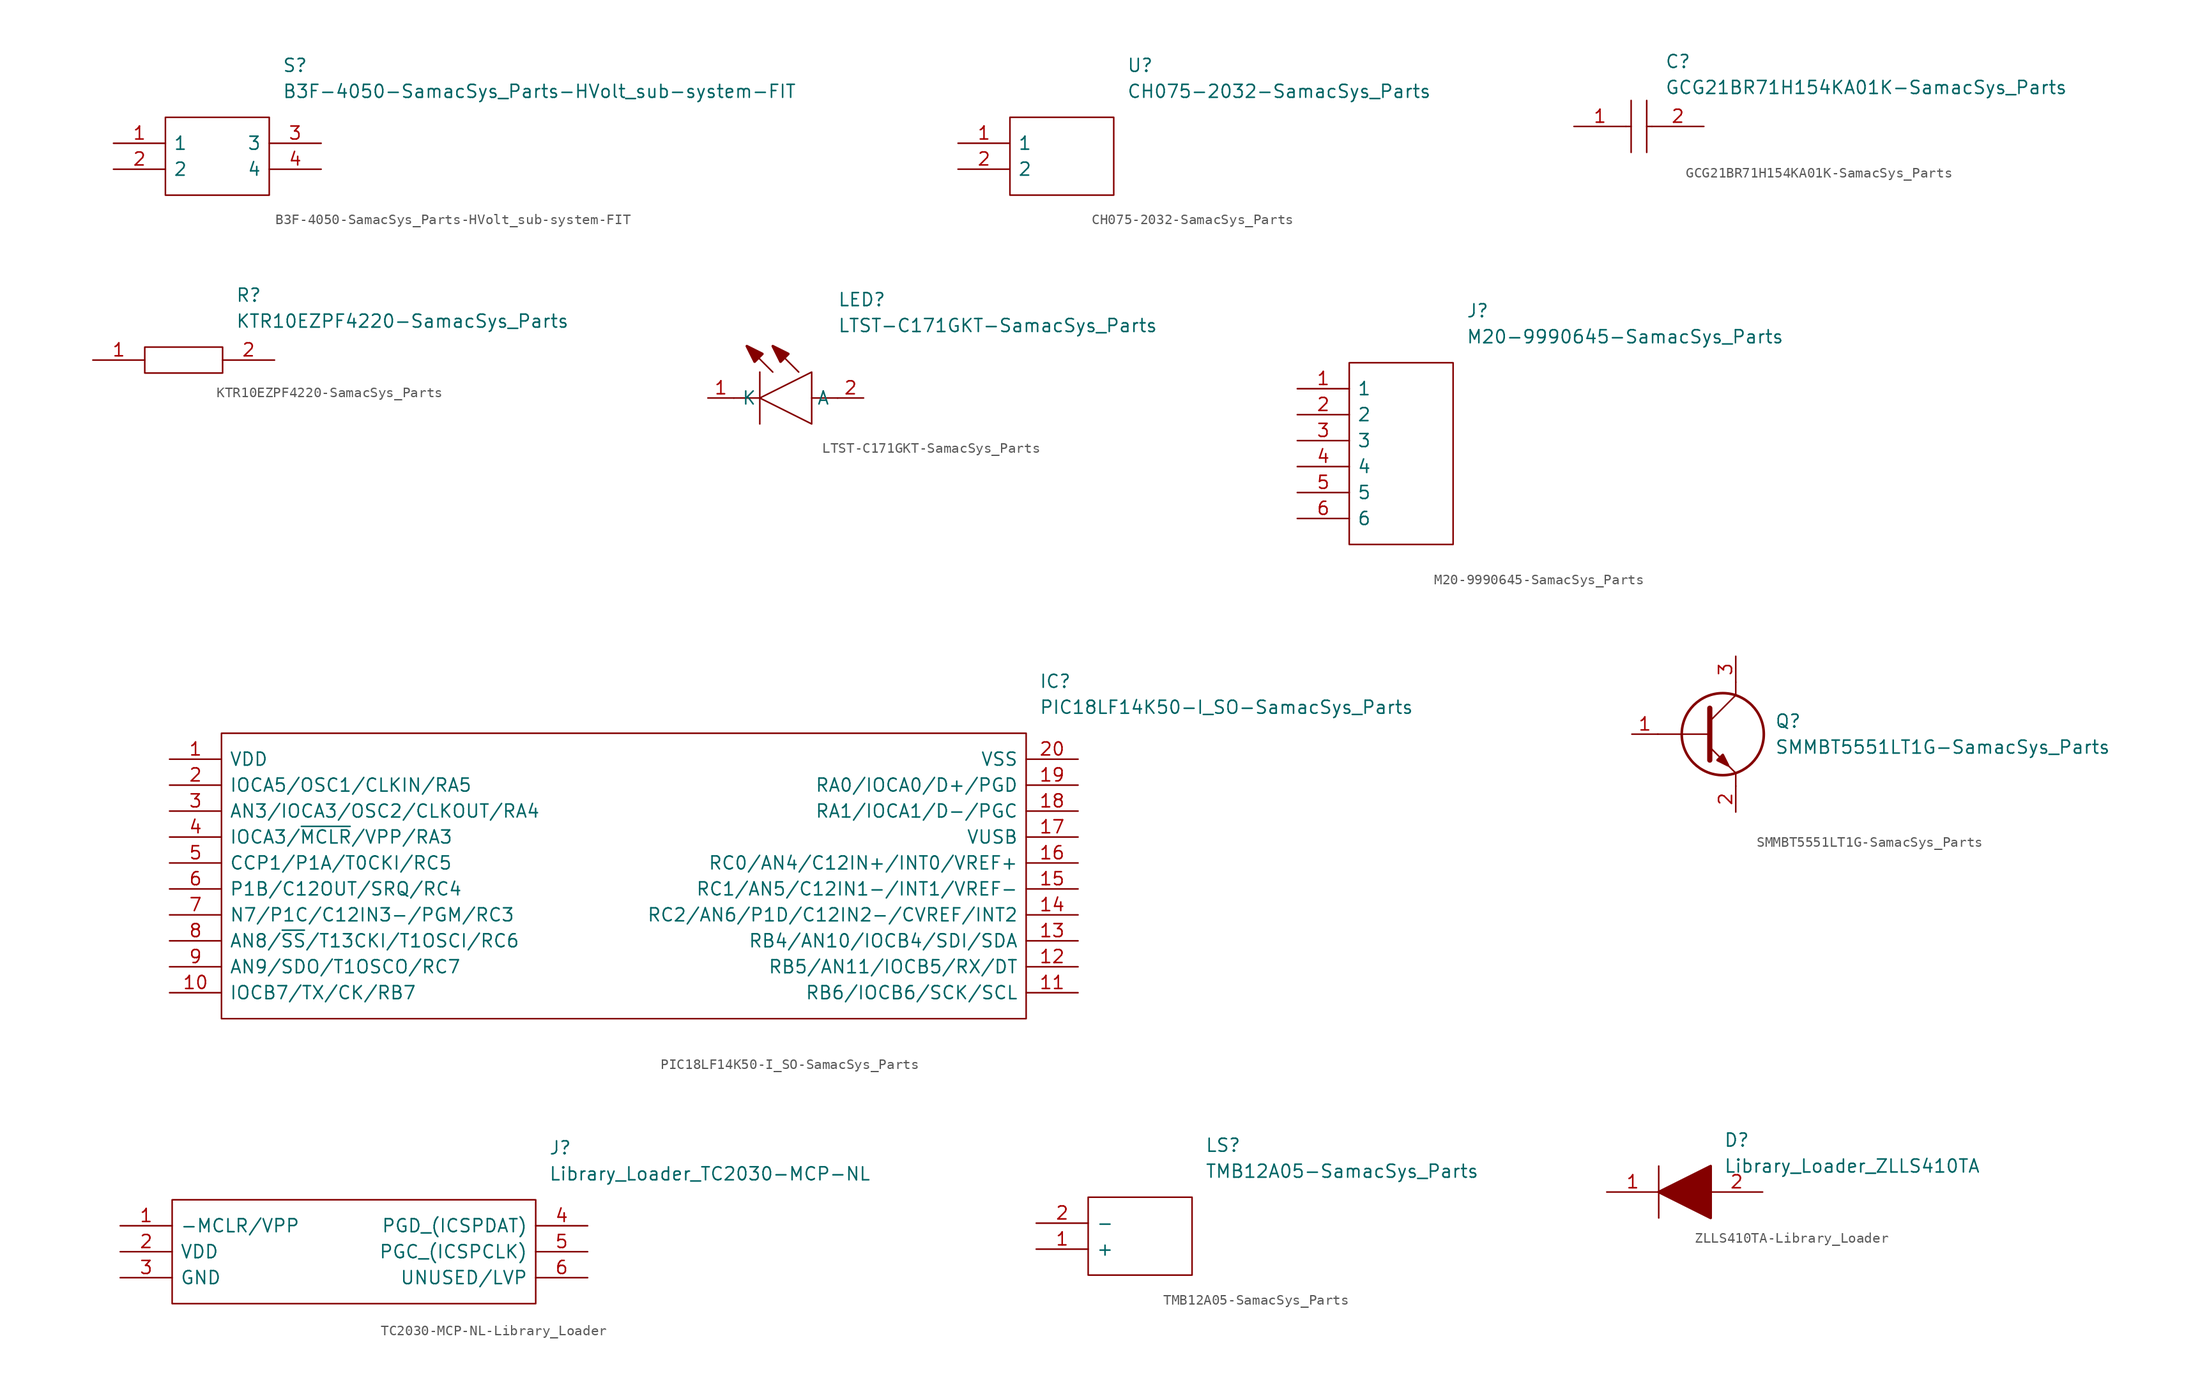
<source format=kicad_sym>
(kicad_symbol_lib
  (version 20220914)
  (generator kicad_symbol_editor)
  (symbol "B3F-4050-SamacSys_Parts-HVolt_sub-system-FIT"
    (pin_names
      (offset 0.762))
    (property "Reference" "S"
      (at 16.51 7.62 0)
      (effects (font (size 1.27 1.27)) (justify left)))
    (property "Value" "B3F-4050-SamacSys_Parts-HVolt_sub-system-FIT"
      (at 16.51 5.08 0)
      (effects (font (size 1.27 1.27)) (justify left)))
    (symbol "B3F-4050-SamacSys_Parts-HVolt_sub-system-FIT_0_0"
      (pin unspecified line (at 0 0 0) (length 5.08) (name "1" (effects (font (size 1.27 1.27)))) (number "1" (effects (font (size 1.27 1.27)))))
      (pin unspecified line (at 0 -2.54 0) (length 5.08) (name "2" (effects (font (size 1.27 1.27)))) (number "2" (effects (font (size 1.27 1.27)))))
      (pin unspecified line (at 20.32 0 180) (length 5.08) (name "3" (effects (font (size 1.27 1.27)))) (number "3" (effects (font (size 1.27 1.27)))))
      (pin unspecified line (at 20.32 -2.54 180) (length 5.08) (name "4" (effects (font (size 1.27 1.27)))) (number "4" (effects (font (size 1.27 1.27))))))
    (symbol "B3F-4050-SamacSys_Parts-HVolt_sub-system-FIT_0_1"
      (polyline (pts (xy 5.08 2.54) (xy 15.24 2.54) (xy 15.24 -5.08) (xy 5.08 -5.08) (xy 5.08 2.54)) (stroke (width 0.152) (type solid)) (fill (type none)))))
  (symbol "CH075-2032-SamacSys_Parts"
    (pin_names
      (offset 0.762))
    (property "Reference" "U"
      (at 16.51 7.62 0)
      (effects (font (size 1.27 1.27)) (justify left)))
    (property "Value" "CH075-2032-SamacSys_Parts"
      (at 16.51 5.08 0)
      (effects (font (size 1.27 1.27)) (justify left)))
    (symbol "CH075-2032-SamacSys_Parts_0_0"
      (pin passive line (at 0 0 0) (length 5.08) (name "1" (effects (font (size 1.27 1.27)))) (number "1" (effects (font (size 1.27 1.27)))))
      (pin passive line (at 0 -2.54 0) (length 5.08) (name "2" (effects (font (size 1.27 1.27)))) (number "2" (effects (font (size 1.27 1.27))))))
    (symbol "CH075-2032-SamacSys_Parts_0_1"
      (polyline (pts (xy 5.08 2.54) (xy 15.24 2.54) (xy 15.24 -5.08) (xy 5.08 -5.08) (xy 5.08 2.54)) (stroke (width 0.152) (type solid)) (fill (type none)))))
  (symbol "GCG21BR71H154KA01K-SamacSys_Parts"
    (pin_names
      (offset 0.762))
    (property "Reference" "C"
      (at 8.89 6.35 0)
      (effects (font (size 1.27 1.27)) (justify left)))
    (property "Value" "GCG21BR71H154KA01K-SamacSys_Parts"
      (at 8.89 3.81 0)
      (effects (font (size 1.27 1.27)) (justify left)))
    (symbol "GCG21BR71H154KA01K-SamacSys_Parts_0_0"
      (pin passive line (at 0 0 0) (length 5.08) (name "~" (effects (font (size 1.27 1.27)))) (number "1" (effects (font (size 1.27 1.27)))))
      (pin passive line (at 12.7 0 180) (length 5.08) (name "~" (effects (font (size 1.27 1.27)))) (number "2" (effects (font (size 1.27 1.27))))))
    (symbol "GCG21BR71H154KA01K-SamacSys_Parts_0_1"
      (polyline (pts (xy 5.08 0) (xy 5.588 0)) (stroke (width 0.152) (type solid)) (fill (type none)))
      (polyline (pts (xy 5.588 2.54) (xy 5.588 -2.54)) (stroke (width 0.152) (type solid)) (fill (type none)))
      (polyline (pts (xy 7.112 0) (xy 7.62 0)) (stroke (width 0.152) (type solid)) (fill (type none)))
      (polyline (pts (xy 7.112 2.54) (xy 7.112 -2.54)) (stroke (width 0.152) (type solid)) (fill (type none)))))
  (symbol "KTR10EZPF4220-SamacSys_Parts"
    (pin_names
      (offset 0.762))
    (property "Reference" "R"
      (at 13.97 6.35 0)
      (effects (font (size 1.27 1.27)) (justify left)))
    (property "Value" "KTR10EZPF4220-SamacSys_Parts"
      (at 13.97 3.81 0)
      (effects (font (size 1.27 1.27)) (justify left)))
    (symbol "KTR10EZPF4220-SamacSys_Parts_0_0"
      (pin passive line (at 0 0 0) (length 5.08) (name "~" (effects (font (size 1.27 1.27)))) (number "1" (effects (font (size 1.27 1.27)))))
      (pin passive line (at 17.78 0 180) (length 5.08) (name "~" (effects (font (size 1.27 1.27)))) (number "2" (effects (font (size 1.27 1.27))))))
    (symbol "KTR10EZPF4220-SamacSys_Parts_0_1"
      (polyline (pts (xy 5.08 1.27) (xy 12.7 1.27) (xy 12.7 -1.27) (xy 5.08 -1.27) (xy 5.08 1.27)) (stroke (width 0.152) (type solid)) (fill (type none)))))
  (symbol "LTST-C171GKT-SamacSys_Parts"
    (pin_names
      (offset 0.762))
    (property "Reference" "LED"
      (at 12.7 8.89 0)
      (effects (font (size 1.27 1.27)) (justify left bottom)))
    (property "Value" "LTST-C171GKT-SamacSys_Parts"
      (at 12.7 6.35 0)
      (effects (font (size 1.27 1.27)) (justify left bottom)))
    (symbol "LTST-C171GKT-SamacSys_Parts_0_0"
      (pin passive line (at 0 0 0) (length 2.54) (name "K" (effects (font (size 1.27 1.27)))) (number "1" (effects (font (size 1.27 1.27)))))
      (pin passive line (at 15.24 0 180) (length 2.54) (name "A" (effects (font (size 1.27 1.27)))) (number "2" (effects (font (size 1.27 1.27))))))
    (symbol "LTST-C171GKT-SamacSys_Parts_0_1"
      (polyline (pts (xy 2.54 0) (xy 5.08 0)) (stroke (width 0.152) (type solid)) (fill (type none)))
      (polyline (pts (xy 5.08 2.54) (xy 5.08 -2.54)) (stroke (width 0.152) (type solid)) (fill (type none)))
      (polyline (pts (xy 6.35 2.54) (xy 3.81 5.08)) (stroke (width 0.152) (type solid)) (fill (type none)))
      (polyline (pts (xy 8.89 2.54) (xy 6.35 5.08)) (stroke (width 0.152) (type solid)) (fill (type none)))
      (polyline (pts (xy 10.16 0) (xy 12.7 0)) (stroke (width 0.152) (type solid)) (fill (type none)))
      (polyline (pts (xy 5.08 0) (xy 10.16 2.54) (xy 10.16 -2.54) (xy 5.08 0)) (stroke (width 0.152) (type solid)) (fill (type none)))
      (polyline (pts (xy 5.334 4.318) (xy 4.572 3.556) (xy 3.81 5.08) (xy 5.334 4.318)) (stroke (width 0.254) (type solid)) (fill (type outline)))
      (polyline (pts (xy 7.874 4.318) (xy 7.112 3.556) (xy 6.35 5.08) (xy 7.874 4.318)) (stroke (width 0.254) (type solid)) (fill (type outline)))))
  (symbol "M20-9990645-SamacSys_Parts"
    (pin_names
      (offset 0.762))
    (property "Reference" "J"
      (at 16.51 7.62 0)
      (effects (font (size 1.27 1.27)) (justify left)))
    (property "Value" "M20-9990645-SamacSys_Parts"
      (at 16.51 5.08 0)
      (effects (font (size 1.27 1.27)) (justify left)))
    (symbol "M20-9990645-SamacSys_Parts_0_0"
      (pin passive line (at 0 0 0) (length 5.08) (name "1" (effects (font (size 1.27 1.27)))) (number "1" (effects (font (size 1.27 1.27)))))
      (pin passive line (at 0 -2.54 0) (length 5.08) (name "2" (effects (font (size 1.27 1.27)))) (number "2" (effects (font (size 1.27 1.27)))))
      (pin passive line (at 0 -5.08 0) (length 5.08) (name "3" (effects (font (size 1.27 1.27)))) (number "3" (effects (font (size 1.27 1.27)))))
      (pin passive line (at 0 -7.62 0) (length 5.08) (name "4" (effects (font (size 1.27 1.27)))) (number "4" (effects (font (size 1.27 1.27)))))
      (pin passive line (at 0 -10.16 0) (length 5.08) (name "5" (effects (font (size 1.27 1.27)))) (number "5" (effects (font (size 1.27 1.27)))))
      (pin passive line (at 0 -12.7 0) (length 5.08) (name "6" (effects (font (size 1.27 1.27)))) (number "6" (effects (font (size 1.27 1.27))))))
    (symbol "M20-9990645-SamacSys_Parts_0_1"
      (polyline (pts (xy 5.08 2.54) (xy 15.24 2.54) (xy 15.24 -15.24) (xy 5.08 -15.24) (xy 5.08 2.54)) (stroke (width 0.152) (type solid)) (fill (type none)))))
  (symbol "PIC18LF14K50-I_SO-SamacSys_Parts"
    (pin_names
      (offset 0.762))
    (property "Reference" "IC"
      (at 85.09 7.62 0)
      (effects (font (size 1.27 1.27)) (justify left)))
    (property "Value" "PIC18LF14K50-I_SO-SamacSys_Parts"
      (at 85.09 5.08 0)
      (effects (font (size 1.27 1.27)) (justify left)))
    (symbol "PIC18LF14K50-I_SO-SamacSys_Parts_0_0"
      (pin passive line (at 0 0 0) (length 5.08) (name "VDD" (effects (font (size 1.27 1.27)))) (number "1" (effects (font (size 1.27 1.27)))))
      (pin passive line (at 0 -22.86 0) (length 5.08) (name "IOCB7/TX/CK/RB7" (effects (font (size 1.27 1.27)))) (number "10" (effects (font (size 1.27 1.27)))))
      (pin passive line (at 88.9 -22.86 180) (length 5.08) (name "RB6/IOCB6/SCK/SCL" (effects (font (size 1.27 1.27)))) (number "11" (effects (font (size 1.27 1.27)))))
      (pin passive line (at 88.9 -20.32 180) (length 5.08) (name "RB5/AN11/IOCB5/RX/DT" (effects (font (size 1.27 1.27)))) (number "12" (effects (font (size 1.27 1.27)))))
      (pin passive line (at 88.9 -17.78 180) (length 5.08) (name "RB4/AN10/IOCB4/SDI/SDA" (effects (font (size 1.27 1.27)))) (number "13" (effects (font (size 1.27 1.27)))))
      (pin passive line (at 88.9 -15.24 180) (length 5.08) (name "RC2/AN6/P1D/C12IN2-/CVREF/INT2" (effects (font (size 1.27 1.27)))) (number "14" (effects (font (size 1.27 1.27)))))
      (pin passive line (at 88.9 -12.7 180) (length 5.08) (name "RC1/AN5/C12IN1-/INT1/VREF-" (effects (font (size 1.27 1.27)))) (number "15" (effects (font (size 1.27 1.27)))))
      (pin passive line (at 88.9 -10.16 180) (length 5.08) (name "RC0/AN4/C12IN+/INT0/VREF+" (effects (font (size 1.27 1.27)))) (number "16" (effects (font (size 1.27 1.27)))))
      (pin passive line (at 88.9 -7.62 180) (length 5.08) (name "VUSB" (effects (font (size 1.27 1.27)))) (number "17" (effects (font (size 1.27 1.27)))))
      (pin passive line (at 88.9 -5.08 180) (length 5.08) (name "RA1/IOCA1/D-/PGC" (effects (font (size 1.27 1.27)))) (number "18" (effects (font (size 1.27 1.27)))))
      (pin passive line (at 88.9 -2.54 180) (length 5.08) (name "RA0/IOCA0/D+/PGD" (effects (font (size 1.27 1.27)))) (number "19" (effects (font (size 1.27 1.27)))))
      (pin passive line (at 0 -2.54 0) (length 5.08) (name "IOCA5/OSC1/CLKIN/RA5" (effects (font (size 1.27 1.27)))) (number "2" (effects (font (size 1.27 1.27)))))
      (pin passive line (at 88.9 0 180) (length 5.08) (name "VSS" (effects (font (size 1.27 1.27)))) (number "20" (effects (font (size 1.27 1.27)))))
      (pin passive line (at 0 -5.08 0) (length 5.08) (name "AN3/IOCA3/OSC2/CLKOUT/RA4" (effects (font (size 1.27 1.27)))) (number "3" (effects (font (size 1.27 1.27)))))
      (pin passive line (at 0 -7.62 0) (length 5.08) (name "IOCA3/~{MCLR}/VPP/RA3" (effects (font (size 1.27 1.27)))) (number "4" (effects (font (size 1.27 1.27)))))
      (pin passive line (at 0 -10.16 0) (length 5.08) (name "CCP1/P1A/T0CKI/RC5" (effects (font (size 1.27 1.27)))) (number "5" (effects (font (size 1.27 1.27)))))
      (pin passive line (at 0 -12.7 0) (length 5.08) (name "P1B/C12OUT/SRQ/RC4" (effects (font (size 1.27 1.27)))) (number "6" (effects (font (size 1.27 1.27)))))
      (pin passive line (at 0 -15.24 0) (length 5.08) (name "N7/P1C/C12IN3-/PGM/RC3" (effects (font (size 1.27 1.27)))) (number "7" (effects (font (size 1.27 1.27)))))
      (pin passive line (at 0 -17.78 0) (length 5.08) (name "AN8/~{SS}/T13CKI/T1OSCI/RC6" (effects (font (size 1.27 1.27)))) (number "8" (effects (font (size 1.27 1.27)))))
      (pin passive line (at 0 -20.32 0) (length 5.08) (name "AN9/SDO/T1OSCO/RC7" (effects (font (size 1.27 1.27)))) (number "9" (effects (font (size 1.27 1.27))))))
    (symbol "PIC18LF14K50-I_SO-SamacSys_Parts_0_1"
      (polyline (pts (xy 5.08 2.54) (xy 83.82 2.54) (xy 83.82 -25.4) (xy 5.08 -25.4) (xy 5.08 2.54)) (stroke (width 0.152) (type solid)) (fill (type none)))))
  (symbol "SMMBT5551LT1G-SamacSys_Parts"
    (pin_names
      (offset 0.762))
    (property "Reference" "Q"
      (at 13.97 1.27 0)
      (effects (font (size 1.27 1.27)) (justify left)))
    (property "Value" "SMMBT5551LT1G-SamacSys_Parts"
      (at 13.97 -1.27 0)
      (effects (font (size 1.27 1.27)) (justify left)))
    (symbol "SMMBT5551LT1G-SamacSys_Parts_0_0"
      (pin passive line (at 0 0 0) (length 2.54) (name "~" (effects (font (size 1.27 1.27)))) (number "1" (effects (font (size 1.27 1.27)))))
      (pin passive line (at 10.16 -7.62 90) (length 2.54) (name "~" (effects (font (size 1.27 1.27)))) (number "2" (effects (font (size 1.27 1.27)))))
      (pin passive line (at 10.16 7.62 270) (length 2.54) (name "~" (effects (font (size 1.27 1.27)))) (number "3" (effects (font (size 1.27 1.27))))))
    (symbol "SMMBT5551LT1G-SamacSys_Parts_0_1"
      (polyline (pts (xy 2.54 0) (xy 7.62 0)) (stroke (width 0.152) (type solid)) (fill (type none)))
      (polyline (pts (xy 7.62 -1.27) (xy 10.16 -3.81)) (stroke (width 0.152) (type solid)) (fill (type none)))
      (polyline (pts (xy 7.62 1.27) (xy 10.16 3.81)) (stroke (width 0.152) (type solid)) (fill (type none)))
      (polyline (pts (xy 7.62 2.54) (xy 7.62 -2.54)) (stroke (width 0.508) (type solid)) (fill (type none)))
      (polyline (pts (xy 10.16 -3.81) (xy 10.16 -5.08)) (stroke (width 0.152) (type solid)) (fill (type none)))
      (polyline (pts (xy 10.16 3.81) (xy 10.16 5.08)) (stroke (width 0.152) (type solid)) (fill (type none)))
      (polyline (pts (xy 8.382 -2.54) (xy 8.89 -2.032) (xy 9.398 -3.048) (xy 8.382 -2.54)) (stroke (width 0.254) (type solid)) (fill (type outline)))
      (circle (center 8.89 0) (radius 4.013) (stroke (width 0.254) (type solid)) (fill (type none)))))
  (symbol "TC2030-MCP-NL-Library_Loader"
    (pin_names
      (offset 0.762))
    (property "Reference" "J"
      (at 41.91 7.62 0)
      (effects (font (size 1.27 1.27)) (justify left)))
    (property "Value" "Library_Loader_TC2030-MCP-NL"
      (at 41.91 5.08 0)
      (effects (font (size 1.27 1.27)) (justify left)))
    (symbol "TC2030-MCP-NL-Library_Loader_0_0"
      (pin passive line (at 0 0 0) (length 5.08) (name "-MCLR/VPP" (effects (font (size 1.27 1.27)))) (number "1" (effects (font (size 1.27 1.27)))))
      (pin passive line (at 0 -2.54 0) (length 5.08) (name "VDD" (effects (font (size 1.27 1.27)))) (number "2" (effects (font (size 1.27 1.27)))))
      (pin passive line (at 0 -5.08 0) (length 5.08) (name "GND" (effects (font (size 1.27 1.27)))) (number "3" (effects (font (size 1.27 1.27)))))
      (pin passive line (at 45.72 0 180) (length 5.08) (name "PGD_(ICSPDAT)" (effects (font (size 1.27 1.27)))) (number "4" (effects (font (size 1.27 1.27)))))
      (pin passive line (at 45.72 -2.54 180) (length 5.08) (name "PGC_(ICSPCLK)" (effects (font (size 1.27 1.27)))) (number "5" (effects (font (size 1.27 1.27)))))
      (pin passive line (at 45.72 -5.08 180) (length 5.08) (name "UNUSED/LVP" (effects (font (size 1.27 1.27)))) (number "6" (effects (font (size 1.27 1.27))))))
    (symbol "TC2030-MCP-NL-Library_Loader_0_1"
      (polyline (pts (xy 5.08 2.54) (xy 40.64 2.54) (xy 40.64 -7.62) (xy 5.08 -7.62) (xy 5.08 2.54)) (stroke (width 0.152) (type solid)) (fill (type none)))))
  (symbol "TMB12A05-SamacSys_Parts"
    (pin_names
      (offset 0.762))
    (property "Reference" "LS"
      (at 16.51 7.62 0)
      (effects (font (size 1.27 1.27)) (justify left)))
    (property "Value" "TMB12A05-SamacSys_Parts"
      (at 16.51 5.08 0)
      (effects (font (size 1.27 1.27)) (justify left)))
    (symbol "TMB12A05-SamacSys_Parts_0_0"
      (pin passive line (at 0 -2.54 0) (length 5.08) (name "+" (effects (font (size 1.27 1.27)))) (number "1" (effects (font (size 1.27 1.27)))))
      (pin passive line (at 0 0 0) (length 5.08) (name "-" (effects (font (size 1.27 1.27)))) (number "2" (effects (font (size 1.27 1.27))))))
    (symbol "TMB12A05-SamacSys_Parts_0_1"
      (polyline (pts (xy 5.08 2.54) (xy 15.24 2.54) (xy 15.24 -5.08) (xy 5.08 -5.08) (xy 5.08 2.54)) (stroke (width 0.152) (type solid)) (fill (type none)))))
  (symbol "ZLLS410TA-Library_Loader"
    (pin_names
      (offset 0.762))
    (property "Reference" "D"
      (at 11.43 5.08 0)
      (effects (font (size 1.27 1.27)) (justify left)))
    (property "Value" "Library_Loader_ZLLS410TA"
      (at 11.43 2.54 0)
      (effects (font (size 1.27 1.27)) (justify left)))
    (symbol "ZLLS410TA-Library_Loader_0_0"
      (pin passive line (at 0 0 0) (length 5.08) (name "~" (effects (font (size 1.27 1.27)))) (number "1" (effects (font (size 1.27 1.27)))))
      (pin passive line (at 15.24 0 180) (length 5.08) (name "~" (effects (font (size 1.27 1.27)))) (number "2" (effects (font (size 1.27 1.27))))))
    (symbol "ZLLS410TA-Library_Loader_0_1"
      (polyline (pts (xy 5.08 2.54) (xy 5.08 -2.54)) (stroke (width 0.152) (type solid)) (fill (type none)))
      (polyline (pts (xy 5.08 0) (xy 10.16 2.54) (xy 10.16 -2.54) (xy 5.08 0)) (stroke (width 0.254) (type solid)) (fill (type outline))))))
</source>
